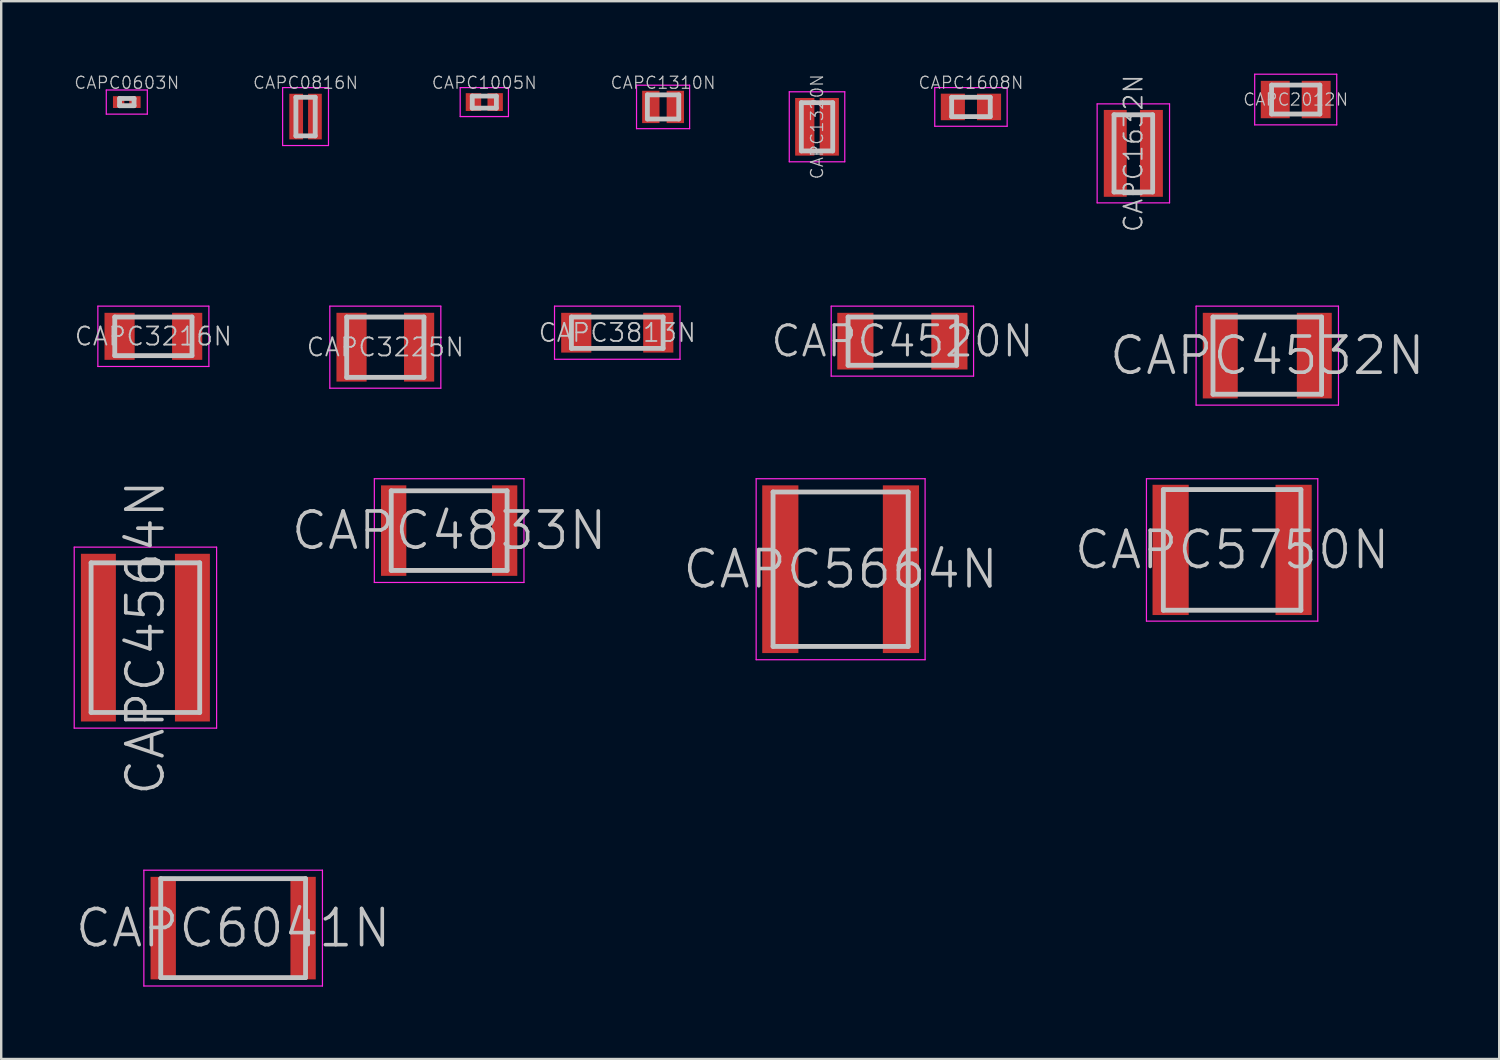
<source format=kicad_pcb>
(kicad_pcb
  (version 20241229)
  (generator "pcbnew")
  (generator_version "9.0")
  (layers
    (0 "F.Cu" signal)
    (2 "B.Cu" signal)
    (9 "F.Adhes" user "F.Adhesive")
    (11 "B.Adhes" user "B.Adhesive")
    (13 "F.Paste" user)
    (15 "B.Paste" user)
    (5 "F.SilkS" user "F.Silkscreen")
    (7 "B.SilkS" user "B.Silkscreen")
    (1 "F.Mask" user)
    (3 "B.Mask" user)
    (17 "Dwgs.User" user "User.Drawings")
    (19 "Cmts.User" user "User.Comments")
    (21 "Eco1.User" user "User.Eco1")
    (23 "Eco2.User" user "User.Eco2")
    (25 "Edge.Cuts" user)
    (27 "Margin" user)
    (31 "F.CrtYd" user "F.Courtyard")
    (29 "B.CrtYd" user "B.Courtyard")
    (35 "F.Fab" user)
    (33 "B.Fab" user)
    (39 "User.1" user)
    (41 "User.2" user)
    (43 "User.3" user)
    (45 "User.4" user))
  (footprint "CAPC6041N"
    (layer "F.Cu")
    (at 6.611 35.407)
    (property "Reference" "CAPC6041N" (at 0 0 0) (layer "Dwgs.User") (effects (font (size 1.5 1.5) (thickness 0.15))))
    (attr smd)
    (fp_line (start -3 -2.05) (end -3 2.05) (stroke (width 0.2) (type solid)) (layer "Dwgs.User"))
    (fp_line (start -3 -2.05) (end 3 -2.05) (stroke (width 0.2) (type solid)) (layer "Dwgs.User"))
    (fp_line (start -3 2.05) (end 3 2.05) (stroke (width 0.2) (type solid)) (layer "Dwgs.User"))
    (fp_line (start 3 -2.05) (end 3 2.05) (stroke (width 0.2) (type solid)) (layer "Dwgs.User"))
    (fp_line (start -3.7 -2.4) (end -3.7 2.4) (stroke (width 0.05) (type solid)) (layer "F.CrtYd"))
    (fp_line (start -3.7 -2.4) (end 3.7 -2.4) (stroke (width 0.05) (type solid)) (layer "F.CrtYd"))
    (fp_line (start -3.7 2.4) (end 3.7 2.4) (stroke (width 0.05) (type solid)) (layer "F.CrtYd"))
    (fp_line (start 3.7 -2.4) (end 3.7 2.4) (stroke (width 0.05) (type solid)) (layer "F.CrtYd"))
    (pad "1" smd rect (at -2.898 0 90) (size 4.249 1.049) (layers "F.Cu" "F.Mask" "F.Paste"))
    (pad "2" smd rect (at 2.898 0 270) (size 4.249 1.049) (layers "F.Cu" "F.Mask" "F.Paste")))
  (footprint "CAPC2012N"
    (layer "F.Cu")
    (at 50.639 1.075)
    (property "Reference" "CAPC2012N" (at 0 0 0) (layer "Dwgs.User") (effects (font (size 0.5 0.5) (thickness 0.05))))
    (attr smd)
    (fp_line (start -1 -0.6) (end -1 0.6) (stroke (width 0.2) (type solid)) (layer "Dwgs.User"))
    (fp_line (start -1 -0.6) (end 1 -0.6) (stroke (width 0.2) (type solid)) (layer "Dwgs.User"))
    (fp_line (start -1 0.6) (end 1 0.6) (stroke (width 0.2) (type solid)) (layer "Dwgs.User"))
    (fp_line (start 1 -0.6) (end 1 0.6) (stroke (width 0.2) (type solid)) (layer "Dwgs.User"))
    (fp_line (start -1.7 -1.05) (end -1.7 1.05) (stroke (width 0.05) (type solid)) (layer "F.CrtYd"))
    (fp_line (start -1.7 -1.05) (end 1.7 -1.05) (stroke (width 0.05) (type solid)) (layer "F.CrtYd"))
    (fp_line (start -1.7 1.05) (end 1.7 1.05) (stroke (width 0.05) (type solid)) (layer "F.CrtYd"))
    (fp_line (start 1.7 -1.05) (end 1.7 1.05) (stroke (width 0.05) (type solid)) (layer "F.CrtYd"))
    (pad "1" smd rect (at -0.848 0 90) (size 1.549 1.199) (layers "F.Cu" "F.Mask" "F.Paste"))
    (pad "2" smd rect (at 0.848 0 270) (size 1.549 1.199) (layers "F.Cu" "F.Mask" "F.Paste")))
  (footprint "CAPC4564N"
    (layer "F.Cu")
    (at 2.975 23.371)
    (property "Reference" "CAPC4564N" (at 0 0 90) (layer "Dwgs.User") (effects (font (size 1.5 1.5) (thickness 0.15))))
    (attr smd)
    (fp_line (start -2.25 -3.1) (end -2.25 3.1) (stroke (width 0.2) (type solid)) (layer "Dwgs.User"))
    (fp_line (start -2.25 -3.1) (end 2.25 -3.1) (stroke (width 0.2) (type solid)) (layer "Dwgs.User"))
    (fp_line (start -2.25 3.1) (end 2.25 3.1) (stroke (width 0.2) (type solid)) (layer "Dwgs.User"))
    (fp_line (start 2.25 -3.1) (end 2.25 3.1) (stroke (width 0.2) (type solid)) (layer "Dwgs.User"))
    (fp_line (start -2.95 -3.75) (end -2.95 3.75) (stroke (width 0.05) (type solid)) (layer "F.CrtYd"))
    (fp_line (start -2.95 -3.75) (end 2.95 -3.75) (stroke (width 0.05) (type solid)) (layer "F.CrtYd"))
    (fp_line (start -2.95 3.75) (end 2.95 3.75) (stroke (width 0.05) (type solid)) (layer "F.CrtYd"))
    (fp_line (start 2.95 -3.75) (end 2.95 3.75) (stroke (width 0.05) (type solid)) (layer "F.CrtYd"))
    (pad "1" smd rect (at -1.948 0 90) (size 6.949 1.448) (layers "F.Cu" "F.Mask" "F.Paste"))
    (pad "2" smd rect (at 1.948 0 270) (size 6.949 1.448) (layers "F.Cu" "F.Mask" "F.Paste")))
  (footprint "CAPC1632N"
    (layer "F.Cu")
    (at 43.911 3.305)
    (property "Reference" "CAPC1632N" (at 0 0 90) (layer "Dwgs.User") (effects (font (size 0.75 0.75) (thickness 0.075))))
    (attr smd)
    (fp_line (start -0.8 -1.6) (end -0.8 1.6) (stroke (width 0.2) (type solid)) (layer "Dwgs.User"))
    (fp_line (start -0.8 -1.6) (end 0.8 -1.6) (stroke (width 0.2) (type solid)) (layer "Dwgs.User"))
    (fp_line (start -0.8 1.6) (end 0.8 1.6) (stroke (width 0.2) (type solid)) (layer "Dwgs.User"))
    (fp_line (start 0.8 -1.6) (end 0.8 1.6) (stroke (width 0.2) (type solid)) (layer "Dwgs.User"))
    (fp_line (start -1.5 -2.05) (end -1.5 2.05) (stroke (width 0.05) (type solid)) (layer "F.CrtYd"))
    (fp_line (start -1.5 -2.05) (end 1.5 -2.05) (stroke (width 0.05) (type solid)) (layer "F.CrtYd"))
    (fp_line (start -1.5 2.05) (end 1.5 2.05) (stroke (width 0.05) (type solid)) (layer "F.CrtYd"))
    (fp_line (start 1.5 -2.05) (end 1.5 2.05) (stroke (width 0.05) (type solid)) (layer "F.CrtYd"))
    (pad "1" smd rect (at -0.749 0 90) (size 3.599 0.95) (layers "F.Cu" "F.Mask" "F.Paste"))
    (pad "2" smd rect (at 0.749 0 270) (size 3.599 0.95) (layers "F.Cu" "F.Mask" "F.Paste")))
  (footprint "CAPC4532N"
    (layer "F.Cu")
    (at 49.461 11.686)
    (property "Reference" "CAPC4532N" (at 0 0 0) (layer "Dwgs.User") (effects (font (size 1.5 1.5) (thickness 0.15))))
    (attr smd)
    (fp_line (start -2.25 -1.6) (end -2.25 1.6) (stroke (width 0.2) (type solid)) (layer "Dwgs.User"))
    (fp_line (start -2.25 -1.6) (end 2.25 -1.6) (stroke (width 0.2) (type solid)) (layer "Dwgs.User"))
    (fp_line (start -2.25 1.6) (end 2.25 1.6) (stroke (width 0.2) (type solid)) (layer "Dwgs.User"))
    (fp_line (start 2.25 -1.6) (end 2.25 1.6) (stroke (width 0.2) (type solid)) (layer "Dwgs.User"))
    (fp_line (start -2.95 -2.05) (end -2.95 2.05) (stroke (width 0.05) (type solid)) (layer "F.CrtYd"))
    (fp_line (start -2.95 -2.05) (end 2.95 -2.05) (stroke (width 0.05) (type solid)) (layer "F.CrtYd"))
    (fp_line (start -2.95 2.05) (end 2.95 2.05) (stroke (width 0.05) (type solid)) (layer "F.CrtYd"))
    (fp_line (start 2.95 -2.05) (end 2.95 2.05) (stroke (width 0.05) (type solid)) (layer "F.CrtYd"))
    (pad "1" smd rect (at -1.948 0 90) (size 3.548 1.448) (layers "F.Cu" "F.Mask" "F.Paste"))
    (pad "2" smd rect (at 1.948 0 270) (size 3.548 1.448) (layers "F.Cu" "F.Mask" "F.Paste")))
  (footprint "CAPC1608N"
    (layer "F.Cu")
    (at 37.182 1.381)
    (property "Reference" "CAPC1608N" (at 0 -1.001 0) (layer "Dwgs.User") (effects (font (size 0.5 0.5) (thickness 0.05))))
    (attr smd)
    (fp_line (start -0.8 -0.4) (end -0.8 0.4) (stroke (width 0.2) (type solid)) (layer "Dwgs.User"))
    (fp_line (start -0.8 -0.4) (end 0.8 -0.4) (stroke (width 0.2) (type solid)) (layer "Dwgs.User"))
    (fp_line (start -0.8 0.4) (end 0.8 0.4) (stroke (width 0.2) (type solid)) (layer "Dwgs.User"))
    (fp_line (start 0.8 -0.4) (end 0.8 0.4) (stroke (width 0.2) (type solid)) (layer "Dwgs.User"))
    (fp_line (start -1.5 -0.8) (end -1.5 0.8) (stroke (width 0.05) (type solid)) (layer "F.CrtYd"))
    (fp_line (start -1.5 -0.8) (end 1.5 -0.8) (stroke (width 0.05) (type solid)) (layer "F.CrtYd"))
    (fp_line (start -1.5 0.8) (end 1.5 0.8) (stroke (width 0.05) (type solid)) (layer "F.CrtYd"))
    (fp_line (start 1.5 -0.8) (end 1.5 0.8) (stroke (width 0.05) (type solid)) (layer "F.CrtYd"))
    (pad "1" smd rect (at -0.749 0 90) (size 1.1 0.998) (layers "F.Cu" "F.Mask" "F.Paste"))
    (pad "2" smd rect (at 0.749 0 270) (size 1.1 0.998) (layers "F.Cu" "F.Mask" "F.Paste")))
  (footprint "CAPC3225N"
    (layer "F.Cu")
    (at 12.916 11.336)
    (property "Reference" "CAPC3225N" (at 0 0 0) (layer "Dwgs.User") (effects (font (size 0.75 0.75) (thickness 0.075))))
    (attr smd)
    (fp_line (start -1.6 -1.25) (end -1.6 1.25) (stroke (width 0.2) (type solid)) (layer "Dwgs.User"))
    (fp_line (start -1.6 -1.25) (end 1.6 -1.25) (stroke (width 0.2) (type solid)) (layer "Dwgs.User"))
    (fp_line (start -1.6 1.25) (end 1.6 1.25) (stroke (width 0.2) (type solid)) (layer "Dwgs.User"))
    (fp_line (start 1.6 -1.25) (end 1.6 1.25) (stroke (width 0.2) (type solid)) (layer "Dwgs.User"))
    (fp_line (start -2.3 -1.7) (end -2.3 1.7) (stroke (width 0.05) (type solid)) (layer "F.CrtYd"))
    (fp_line (start -2.3 -1.7) (end 2.3 -1.7) (stroke (width 0.05) (type solid)) (layer "F.CrtYd"))
    (fp_line (start -2.3 1.7) (end 2.3 1.7) (stroke (width 0.05) (type solid)) (layer "F.CrtYd"))
    (fp_line (start 2.3 -1.7) (end 2.3 1.7) (stroke (width 0.05) (type solid)) (layer "F.CrtYd"))
    (pad "1" smd rect (at -1.4 0 90) (size 2.85 1.25) (layers "F.Cu" "F.Mask" "F.Paste"))
    (pad "2" smd rect (at 1.4 0 270) (size 2.85 1.25) (layers "F.Cu" "F.Mask" "F.Paste")))
  (footprint "CAPC4520N"
    (layer "F.Cu")
    (at 34.341 11.086)
    (property "Reference" "CAPC4520N" (at 0 0 0) (layer "Dwgs.User") (effects (font (size 1.25 1.25) (thickness 0.125))))
    (attr smd)
    (fp_line (start -2.25 -1) (end -2.25 1) (stroke (width 0.2) (type solid)) (layer "Dwgs.User"))
    (fp_line (start -2.25 -1) (end 2.25 -1) (stroke (width 0.2) (type solid)) (layer "Dwgs.User"))
    (fp_line (start -2.25 1) (end 2.25 1) (stroke (width 0.2) (type solid)) (layer "Dwgs.User"))
    (fp_line (start 2.25 -1) (end 2.25 1) (stroke (width 0.2) (type solid)) (layer "Dwgs.User"))
    (fp_line (start -2.95 -1.45) (end -2.95 1.45) (stroke (width 0.05) (type solid)) (layer "F.CrtYd"))
    (fp_line (start -2.95 -1.45) (end 2.95 -1.45) (stroke (width 0.05) (type solid)) (layer "F.CrtYd"))
    (fp_line (start -2.95 1.45) (end 2.95 1.45) (stroke (width 0.05) (type solid)) (layer "F.CrtYd"))
    (fp_line (start 2.95 -1.45) (end 2.95 1.45) (stroke (width 0.05) (type solid)) (layer "F.CrtYd"))
    (pad "1" smd rect (at -1.948 0 90) (size 2.349 1.499) (layers "F.Cu" "F.Mask" "F.Paste"))
    (pad "2" smd rect (at 1.948 0 270) (size 2.349 1.499) (layers "F.Cu" "F.Mask" "F.Paste")))
  (footprint "CAPC0603N"
    (layer "F.Cu")
    (at 2.204 1.18)
    (property "Reference" "CAPC0603N" (at 0 -0.8 0) (layer "Dwgs.User") (effects (font (size 0.5 0.5) (thickness 0.05))))
    (attr smd)
    (fp_line (start -0.3 -0.15) (end -0.3 0.15) (stroke (width 0.2) (type solid)) (layer "Dwgs.User"))
    (fp_line (start -0.3 -0.15) (end 0.3 -0.15) (stroke (width 0.2) (type solid)) (layer "Dwgs.User"))
    (fp_line (start -0.3 0.15) (end 0.3 0.15) (stroke (width 0.2) (type solid)) (layer "Dwgs.User"))
    (fp_line (start 0.3 -0.15) (end 0.3 0.15) (stroke (width 0.2) (type solid)) (layer "Dwgs.User"))
    (fp_line (start -0.85 -0.5) (end -0.85 0.5) (stroke (width 0.05) (type solid)) (layer "F.CrtYd"))
    (fp_line (start -0.85 -0.5) (end 0.85 -0.5) (stroke (width 0.05) (type solid)) (layer "F.CrtYd"))
    (fp_line (start -0.85 0.5) (end 0.85 0.5) (stroke (width 0.05) (type solid)) (layer "F.CrtYd"))
    (fp_line (start 0.85 -0.5) (end 0.85 0.5) (stroke (width 0.05) (type solid)) (layer "F.CrtYd"))
    (pad "1" smd rect (at -0.338 0 90) (size 0.488 0.47) (layers "F.Cu" "F.Mask" "F.Paste"))
    (pad "2" smd rect (at 0.338 0 270) (size 0.488 0.47) (layers "F.Cu" "F.Mask" "F.Paste")))
  (footprint "CAPC4833N"
    (layer "F.Cu")
    (at 15.561 18.936)
    (property "Reference" "CAPC4833N" (at 0 0 0) (layer "Dwgs.User") (effects (font (size 1.5 1.5) (thickness 0.15))))
    (attr smd)
    (fp_line (start -2.4 -1.65) (end -2.4 1.65) (stroke (width 0.2) (type solid)) (layer "Dwgs.User"))
    (fp_line (start -2.4 -1.65) (end 2.4 -1.65) (stroke (width 0.2) (type solid)) (layer "Dwgs.User"))
    (fp_line (start -2.4 1.65) (end 2.4 1.65) (stroke (width 0.2) (type solid)) (layer "Dwgs.User"))
    (fp_line (start 2.4 -1.65) (end 2.4 1.65) (stroke (width 0.2) (type solid)) (layer "Dwgs.User"))
    (fp_line (start -3.1 -2.15) (end -3.1 2.15) (stroke (width 0.05) (type solid)) (layer "F.CrtYd"))
    (fp_line (start -3.1 -2.15) (end 3.1 -2.15) (stroke (width 0.05) (type solid)) (layer "F.CrtYd"))
    (fp_line (start -3.1 2.15) (end 3.1 2.15) (stroke (width 0.05) (type solid)) (layer "F.CrtYd"))
    (fp_line (start 3.1 -2.15) (end 3.1 2.15) (stroke (width 0.05) (type solid)) (layer "F.CrtYd"))
    (pad "1" smd rect (at -2.299 0 90) (size 3.749 1.049) (layers "F.Cu" "F.Mask" "F.Paste"))
    (pad "2" smd rect (at 2.299 0 270) (size 3.749 1.049) (layers "F.Cu" "F.Mask" "F.Paste")))
  (footprint "CAPC3216N"
    (layer "F.Cu")
    (at 3.305 10.886)
    (property "Reference" "CAPC3216N" (at 0 0 0) (layer "Dwgs.User") (effects (font (size 0.75 0.75) (thickness 0.075))))
    (attr smd)
    (fp_line (start -1.6 -0.8) (end -1.6 0.8) (stroke (width 0.2) (type solid)) (layer "Dwgs.User"))
    (fp_line (start -1.6 -0.8) (end 1.6 -0.8) (stroke (width 0.2) (type solid)) (layer "Dwgs.User"))
    (fp_line (start -1.6 0.8) (end 1.6 0.8) (stroke (width 0.2) (type solid)) (layer "Dwgs.User"))
    (fp_line (start 1.6 -0.8) (end 1.6 0.8) (stroke (width 0.2) (type solid)) (layer "Dwgs.User"))
    (fp_line (start -2.3 -1.25) (end -2.3 1.25) (stroke (width 0.05) (type solid)) (layer "F.CrtYd"))
    (fp_line (start -2.3 -1.25) (end 2.3 -1.25) (stroke (width 0.05) (type solid)) (layer "F.CrtYd"))
    (fp_line (start -2.3 1.25) (end 2.3 1.25) (stroke (width 0.05) (type solid)) (layer "F.CrtYd"))
    (fp_line (start 2.3 -1.25) (end 2.3 1.25) (stroke (width 0.05) (type solid)) (layer "F.CrtYd"))
    (pad "1" smd rect (at -1.4 0 90) (size 1.948 1.25) (layers "F.Cu" "F.Mask" "F.Paste"))
    (pad "2" smd rect (at 1.4 0 270) (size 1.948 1.25) (layers "F.Cu" "F.Mask" "F.Paste")))
  (footprint "CAPC5664N"
    (layer "F.Cu")
    (at 31.782 20.536)
    (property "Reference" "CAPC5664N" (at 0 0 0) (layer "Dwgs.User") (effects (font (size 1.5 1.5) (thickness 0.15))))
    (attr smd)
    (fp_line (start -2.8 -3.2) (end -2.8 3.2) (stroke (width 0.2) (type solid)) (layer "Dwgs.User"))
    (fp_line (start -2.8 -3.2) (end 2.8 -3.2) (stroke (width 0.2) (type solid)) (layer "Dwgs.User"))
    (fp_line (start -2.8 3.2) (end 2.8 3.2) (stroke (width 0.2) (type solid)) (layer "Dwgs.User"))
    (fp_line (start 2.8 -3.2) (end 2.8 3.2) (stroke (width 0.2) (type solid)) (layer "Dwgs.User"))
    (fp_line (start -3.5 -3.75) (end -3.5 3.75) (stroke (width 0.05) (type solid)) (layer "F.CrtYd"))
    (fp_line (start -3.5 -3.75) (end 3.5 -3.75) (stroke (width 0.05) (type solid)) (layer "F.CrtYd"))
    (fp_line (start -3.5 3.75) (end 3.5 3.75) (stroke (width 0.05) (type solid)) (layer "F.CrtYd"))
    (fp_line (start 3.5 -3.75) (end 3.5 3.75) (stroke (width 0.05) (type solid)) (layer "F.CrtYd"))
    (pad "1" smd rect (at -2.499 0 90) (size 6.949 1.499) (layers "F.Cu" "F.Mask" "F.Paste"))
    (pad "2" smd rect (at 2.499 0 270) (size 6.949 1.499) (layers "F.Cu" "F.Mask" "F.Paste")))
  (footprint "CAPC1310N"
    (layer "F.Cu")
    (at 24.425 1.381)
    (property "Reference" "CAPC1310N" (at 0 -1.001 0) (layer "Dwgs.User") (effects (font (size 0.5 0.5) (thickness 0.05))))
    (attr smd)
    (fp_line (start -0.65 -0.5) (end -0.65 0.5) (stroke (width 0.2) (type solid)) (layer "Dwgs.User"))
    (fp_line (start -0.65 -0.5) (end 0.65 -0.5) (stroke (width 0.2) (type solid)) (layer "Dwgs.User"))
    (fp_line (start -0.65 0.5) (end 0.65 0.5) (stroke (width 0.2) (type solid)) (layer "Dwgs.User"))
    (fp_line (start 0.65 -0.5) (end 0.65 0.5) (stroke (width 0.2) (type solid)) (layer "Dwgs.User"))
    (fp_line (start -1.1 -0.9) (end -1.1 0.9) (stroke (width 0.05) (type solid)) (layer "F.CrtYd"))
    (fp_line (start -1.1 -0.9) (end 1.1 -0.9) (stroke (width 0.05) (type solid)) (layer "F.CrtYd"))
    (fp_line (start -1.1 0.9) (end 1.1 0.9) (stroke (width 0.05) (type solid)) (layer "F.CrtYd"))
    (fp_line (start 1.1 -0.9) (end 1.1 0.9) (stroke (width 0.05) (type solid)) (layer "F.CrtYd"))
    (pad "1" smd rect (at -0.508 0 90) (size 1.339 0.719) (layers "F.Cu" "F.Mask" "F.Paste"))
    (pad "2" smd rect (at 0.508 0 270) (size 1.339 0.719) (layers "F.Cu" "F.Mask" "F.Paste")))
  (footprint "CAPC3813N"
    (layer "F.Cu")
    (at 22.527 10.736)
    (property "Reference" "CAPC3813N" (at 0 0 0) (layer "Dwgs.User") (effects (font (size 0.75 0.75) (thickness 0.075))))
    (attr smd)
    (fp_line (start -1.9 -0.65) (end -1.9 0.65) (stroke (width 0.2) (type solid)) (layer "Dwgs.User"))
    (fp_line (start -1.9 -0.65) (end 1.9 -0.65) (stroke (width 0.2) (type solid)) (layer "Dwgs.User"))
    (fp_line (start -1.9 0.65) (end 1.9 0.65) (stroke (width 0.2) (type solid)) (layer "Dwgs.User"))
    (fp_line (start 1.9 -0.65) (end 1.9 0.65) (stroke (width 0.2) (type solid)) (layer "Dwgs.User"))
    (fp_line (start -2.6 -1.1) (end -2.6 1.1) (stroke (width 0.05) (type solid)) (layer "F.CrtYd"))
    (fp_line (start -2.6 -1.1) (end 2.6 -1.1) (stroke (width 0.05) (type solid)) (layer "F.CrtYd"))
    (fp_line (start -2.6 1.1) (end 2.6 1.1) (stroke (width 0.05) (type solid)) (layer "F.CrtYd"))
    (fp_line (start 2.6 -1.1) (end 2.6 1.1) (stroke (width 0.05) (type solid)) (layer "F.CrtYd"))
    (pad "1" smd rect (at -1.699 0 90) (size 1.648 1.25) (layers "F.Cu" "F.Mask" "F.Paste"))
    (pad "2" smd rect (at 1.699 0 270) (size 1.648 1.25) (layers "F.Cu" "F.Mask" "F.Paste")))
  (footprint "CAPC1005N"
    (layer "F.Cu")
    (at 17.018 1.18)
    (property "Reference" "CAPC1005N" (at 0 -0.8 0) (layer "Dwgs.User") (effects (font (size 0.5 0.5) (thickness 0.05))))
    (attr smd)
    (fp_line (start -0.5 -0.25) (end -0.5 0.25) (stroke (width 0.2) (type solid)) (layer "Dwgs.User"))
    (fp_line (start -0.5 -0.25) (end 0.5 -0.25) (stroke (width 0.2) (type solid)) (layer "Dwgs.User"))
    (fp_line (start -0.5 0.25) (end 0.5 0.25) (stroke (width 0.2) (type solid)) (layer "Dwgs.User"))
    (fp_line (start 0.5 -0.25) (end 0.5 0.25) (stroke (width 0.2) (type solid)) (layer "Dwgs.User"))
    (fp_line (start -1 -0.6) (end -1 0.6) (stroke (width 0.05) (type solid)) (layer "F.CrtYd"))
    (fp_line (start -1 -0.6) (end 1 -0.6) (stroke (width 0.05) (type solid)) (layer "F.CrtYd"))
    (fp_line (start -1 0.6) (end 1 0.6) (stroke (width 0.05) (type solid)) (layer "F.CrtYd"))
    (fp_line (start 1 -0.6) (end 1 0.6) (stroke (width 0.05) (type solid)) (layer "F.CrtYd"))
    (pad "1" smd rect (at -0.45 0 90) (size 0.739 0.638) (layers "F.Cu" "F.Mask" "F.Paste"))
    (pad "2" smd rect (at 0.45 0 270) (size 0.739 0.638) (layers "F.Cu" "F.Mask" "F.Paste")))
  (footprint "CAPC5750N"
    (layer "F.Cu")
    (at 48.004 19.736)
    (property "Reference" "CAPC5750N" (at 0 0 0) (layer "Dwgs.User") (effects (font (size 1.5 1.5) (thickness 0.15))))
    (attr smd)
    (fp_line (start -2.85 -2.5) (end -2.85 2.5) (stroke (width 0.2) (type solid)) (layer "Dwgs.User"))
    (fp_line (start -2.85 -2.5) (end 2.85 -2.5) (stroke (width 0.2) (type solid)) (layer "Dwgs.User"))
    (fp_line (start -2.85 2.5) (end 2.85 2.5) (stroke (width 0.2) (type solid)) (layer "Dwgs.User"))
    (fp_line (start 2.85 -2.5) (end 2.85 2.5) (stroke (width 0.2) (type solid)) (layer "Dwgs.User"))
    (fp_line (start -3.55 -2.95) (end -3.55 2.95) (stroke (width 0.05) (type solid)) (layer "F.CrtYd"))
    (fp_line (start -3.55 -2.95) (end 3.55 -2.95) (stroke (width 0.05) (type solid)) (layer "F.CrtYd"))
    (fp_line (start -3.55 2.95) (end 3.55 2.95) (stroke (width 0.05) (type solid)) (layer "F.CrtYd"))
    (fp_line (start 3.55 -2.95) (end 3.55 2.95) (stroke (width 0.05) (type solid)) (layer "F.CrtYd"))
    (pad "1" smd rect (at -2.548 0 90) (size 5.397 1.499) (layers "F.Cu" "F.Mask" "F.Paste"))
    (pad "2" smd rect (at 2.548 0 270) (size 5.397 1.499) (layers "F.Cu" "F.Mask" "F.Paste")))
  (footprint "CAPC1320N"
    (layer "F.Cu")
    (at 30.804 2.204)
    (property "Reference" "CAPC1320N" (at 0 0 90) (layer "Dwgs.User") (effects (font (size 0.5 0.5) (thickness 0.05))))
    (attr smd)
    (fp_line (start -0.65 -1) (end -0.65 1) (stroke (width 0.2) (type solid)) (layer "Dwgs.User"))
    (fp_line (start -0.65 -1) (end 0.65 -1) (stroke (width 0.2) (type solid)) (layer "Dwgs.User"))
    (fp_line (start -0.65 1) (end 0.65 1) (stroke (width 0.2) (type solid)) (layer "Dwgs.User"))
    (fp_line (start 0.65 -1) (end 0.65 1) (stroke (width 0.2) (type solid)) (layer "Dwgs.User"))
    (fp_line (start -1.15 -1.45) (end -1.15 1.45) (stroke (width 0.05) (type solid)) (layer "F.CrtYd"))
    (fp_line (start -1.15 -1.45) (end 1.15 -1.45) (stroke (width 0.05) (type solid)) (layer "F.CrtYd"))
    (fp_line (start -1.15 1.45) (end 1.15 1.45) (stroke (width 0.05) (type solid)) (layer "F.CrtYd"))
    (fp_line (start 1.15 -1.45) (end 1.15 1.45) (stroke (width 0.05) (type solid)) (layer "F.CrtYd"))
    (pad "1" smd rect (at -0.508 0 90) (size 2.388 0.798) (layers "F.Cu" "F.Mask" "F.Paste"))
    (pad "2" smd rect (at 0.508 0 270) (size 2.388 0.798) (layers "F.Cu" "F.Mask" "F.Paste")))
  (footprint "CAPC0816N"
    (layer "F.Cu")
    (at 9.611 1.78)
    (property "Reference" "CAPC0816N" (at 0 -1.4 0) (layer "Dwgs.User") (effects (font (size 0.5 0.5) (thickness 0.05))))
    (attr smd)
    (fp_line (start -0.4 -0.8) (end -0.4 0.8) (stroke (width 0.2) (type solid)) (layer "Dwgs.User"))
    (fp_line (start -0.4 -0.8) (end 0.4 -0.8) (stroke (width 0.2) (type solid)) (layer "Dwgs.User"))
    (fp_line (start -0.4 0.8) (end 0.4 0.8) (stroke (width 0.2) (type solid)) (layer "Dwgs.User"))
    (fp_line (start 0.4 -0.8) (end 0.4 0.8) (stroke (width 0.2) (type solid)) (layer "Dwgs.User"))
    (fp_line (start -0.95 -1.2) (end -0.95 1.2) (stroke (width 0.05) (type solid)) (layer "F.CrtYd"))
    (fp_line (start -0.95 -1.2) (end 0.95 -1.2) (stroke (width 0.05) (type solid)) (layer "F.CrtYd"))
    (fp_line (start -0.95 1.2) (end 0.95 1.2) (stroke (width 0.05) (type solid)) (layer "F.CrtYd"))
    (fp_line (start 0.95 -1.2) (end 0.95 1.2) (stroke (width 0.05) (type solid)) (layer "F.CrtYd"))
    (pad "1" smd rect (at -0.389 0 90) (size 1.89 0.569) (layers "F.Cu" "F.Mask" "F.Paste"))
    (pad "2" smd rect (at 0.389 0 270) (size 1.89 0.569) (layers "F.Cu" "F.Mask" "F.Paste")))
  (gr_rect
    (start -3 -3)
    (end 59.071 40.832)
    (stroke (width 0.1) (type default))
    (fill no)
    (layer "Edge.Cuts")))
</source>
